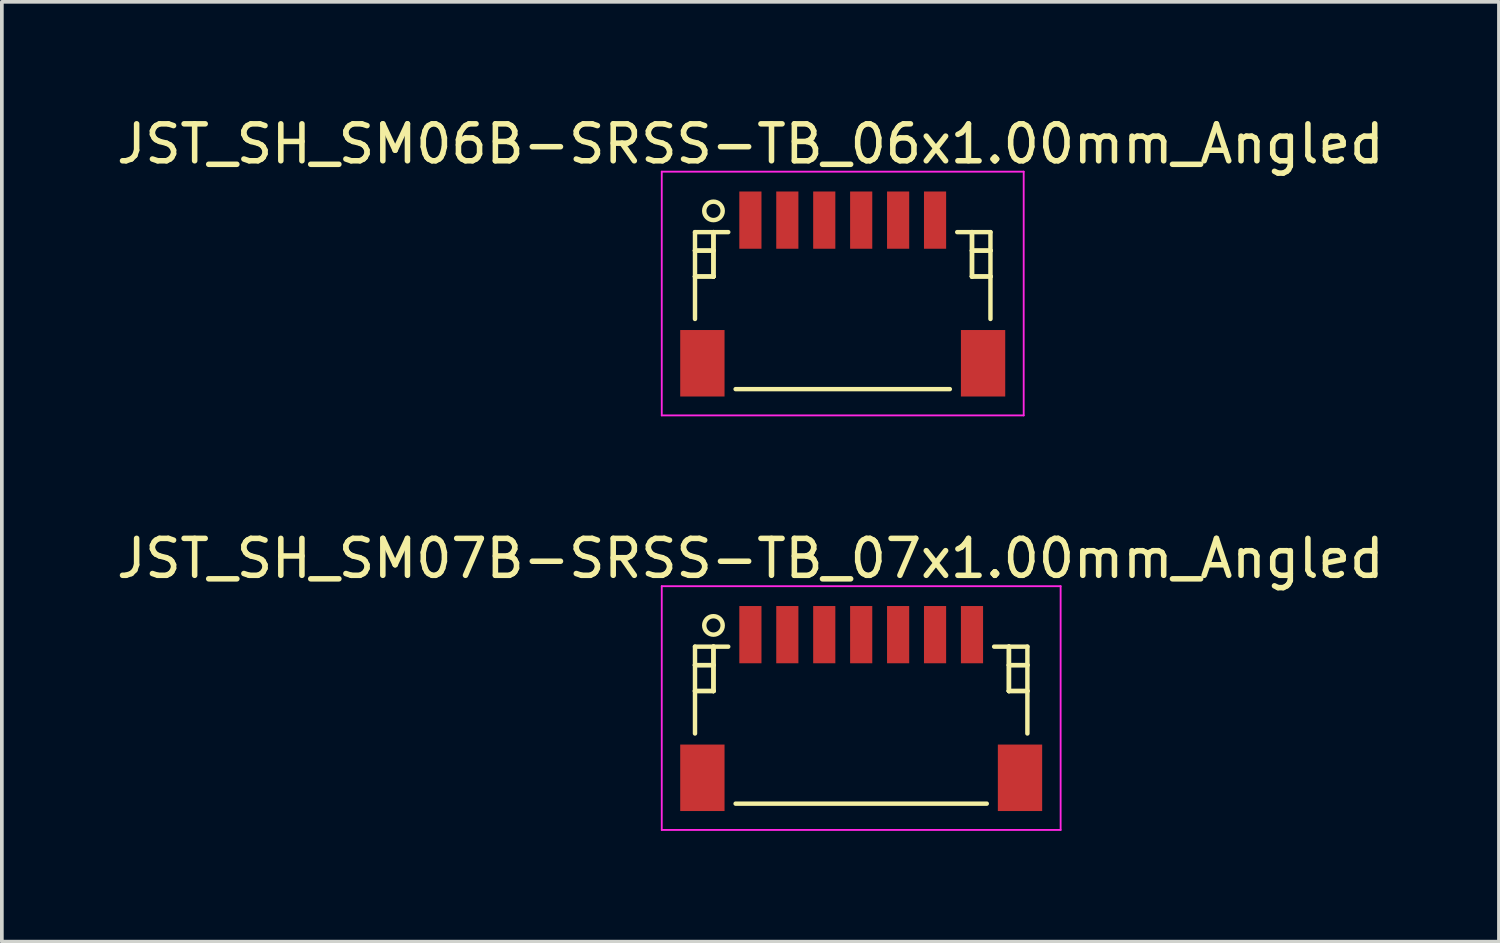
<source format=kicad_pcb>
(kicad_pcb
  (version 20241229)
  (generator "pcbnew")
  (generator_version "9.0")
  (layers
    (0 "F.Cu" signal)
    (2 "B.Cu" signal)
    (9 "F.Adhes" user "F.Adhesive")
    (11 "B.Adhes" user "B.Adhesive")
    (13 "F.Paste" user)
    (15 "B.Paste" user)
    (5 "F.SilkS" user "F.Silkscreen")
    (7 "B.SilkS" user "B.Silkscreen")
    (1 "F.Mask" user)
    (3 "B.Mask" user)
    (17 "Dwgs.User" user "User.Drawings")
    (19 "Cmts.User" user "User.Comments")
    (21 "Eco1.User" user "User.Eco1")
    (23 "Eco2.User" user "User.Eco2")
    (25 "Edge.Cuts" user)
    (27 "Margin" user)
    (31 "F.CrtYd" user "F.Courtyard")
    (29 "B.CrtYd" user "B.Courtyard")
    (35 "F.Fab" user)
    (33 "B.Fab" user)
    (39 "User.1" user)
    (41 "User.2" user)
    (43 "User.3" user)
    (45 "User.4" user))
  (footprint "JST_SH_SM07B-SRSS-TB_07x1.00mm_Angled"
    (layer "F.Cu")
    (at 20.268 16.072)
    (property "Reference" "JST_SH_SM07B-SRSS-TB_07x1.00mm_Angled" (at -3 -4 0) (layer "F.SilkS") (effects (font (size 1 1) (thickness 0.15))))
    (attr smd)
    (fp_line (start -4.5 -1.613) (end -3.6 -1.613) (stroke (width 0.12) (type solid)) (layer "F.SilkS"))
    (fp_line (start -4.5 -1.113) (end -4.5 -1.113) (stroke (width 0.12) (type solid)) (layer "F.SilkS"))
    (fp_line (start -4.5 -1.113) (end -4 -1.113) (stroke (width 0.12) (type solid)) (layer "F.SilkS"))
    (fp_line (start -4.5 -0.412) (end -4.5 -0.412) (stroke (width 0.12) (type solid)) (layer "F.SilkS"))
    (fp_line (start -4.5 -0.412) (end -4 -0.412) (stroke (width 0.12) (type solid)) (layer "F.SilkS"))
    (fp_line (start -4.5 0.738) (end -4.5 -1.613) (stroke (width 0.12) (type solid)) (layer "F.SilkS"))
    (fp_line (start -4 -1.613) (end -4 -1.613) (stroke (width 0.12) (type solid)) (layer "F.SilkS"))
    (fp_line (start -4 -1.613) (end -4 -0.412) (stroke (width 0.12) (type solid)) (layer "F.SilkS"))
    (fp_line (start -4 -1.113) (end -4.5 -1.113) (stroke (width 0.12) (type solid)) (layer "F.SilkS"))
    (fp_line (start -4 -1.113) (end -4 -1.113) (stroke (width 0.12) (type solid)) (layer "F.SilkS"))
    (fp_line (start -4 -0.412) (end -4.5 -0.412) (stroke (width 0.12) (type solid)) (layer "F.SilkS"))
    (fp_line (start -4 -0.412) (end -4 -1.613) (stroke (width 0.12) (type solid)) (layer "F.SilkS"))
    (fp_line (start -4 -0.412) (end -4 -0.412) (stroke (width 0.12) (type solid)) (layer "F.SilkS"))
    (fp_line (start -4 -0.412) (end -4 -0.412) (stroke (width 0.12) (type solid)) (layer "F.SilkS"))
    (fp_line (start -3.4 2.638) (end 3.4 2.638) (stroke (width 0.12) (type solid)) (layer "F.SilkS"))
    (fp_line (start 4 -1.613) (end 4 -1.613) (stroke (width 0.12) (type solid)) (layer "F.SilkS"))
    (fp_line (start 4 -1.613) (end 4 -0.412) (stroke (width 0.12) (type solid)) (layer "F.SilkS"))
    (fp_line (start 4 -1.113) (end 4 -1.113) (stroke (width 0.12) (type solid)) (layer "F.SilkS"))
    (fp_line (start 4 -1.113) (end 4.5 -1.113) (stroke (width 0.12) (type solid)) (layer "F.SilkS"))
    (fp_line (start 4 -0.412) (end 4 -1.613) (stroke (width 0.12) (type solid)) (layer "F.SilkS"))
    (fp_line (start 4 -0.412) (end 4 -0.412) (stroke (width 0.12) (type solid)) (layer "F.SilkS"))
    (fp_line (start 4 -0.412) (end 4 -0.412) (stroke (width 0.12) (type solid)) (layer "F.SilkS"))
    (fp_line (start 4 -0.412) (end 4.5 -0.412) (stroke (width 0.12) (type solid)) (layer "F.SilkS"))
    (fp_line (start 4.5 -1.613) (end 3.6 -1.613) (stroke (width 0.12) (type solid)) (layer "F.SilkS"))
    (fp_line (start 4.5 -1.113) (end 4 -1.113) (stroke (width 0.12) (type solid)) (layer "F.SilkS"))
    (fp_line (start 4.5 -1.113) (end 4.5 -1.113) (stroke (width 0.12) (type solid)) (layer "F.SilkS"))
    (fp_line (start 4.5 -0.412) (end 4 -0.412) (stroke (width 0.12) (type solid)) (layer "F.SilkS"))
    (fp_line (start 4.5 -0.412) (end 4.5 -0.412) (stroke (width 0.12) (type solid)) (layer "F.SilkS"))
    (fp_line (start 4.5 0.738) (end 4.5 -1.613) (stroke (width 0.12) (type solid)) (layer "F.SilkS"))
    (fp_circle (center -4 -2.188) (end -3.75 -2.188) (stroke (width 0.12) (type solid)) (fill no) (layer "F.SilkS"))
    (fp_line (start -5.4 -3.25) (end 5.4 -3.25) (stroke (width 0.05) (type solid)) (layer "F.CrtYd"))
    (fp_line (start -5.4 3.35) (end -5.4 -3.25) (stroke (width 0.05) (type solid)) (layer "F.CrtYd"))
    (fp_line (start 5.4 -3.25) (end 5.4 3.35) (stroke (width 0.05) (type solid)) (layer "F.CrtYd"))
    (fp_line (start 5.4 3.35) (end -5.4 3.35) (stroke (width 0.05) (type solid)) (layer "F.CrtYd"))
    (pad "" smd rect (at -4.3 1.938) (size 1.2 1.8) (layers "F.Cu" "F.Mask" "F.Paste"))
    (pad "" smd rect (at 4.3 1.938) (size 1.2 1.8) (layers "F.Cu" "F.Mask" "F.Paste"))
    (pad "1" smd rect (at -3 -1.938) (size 0.6 1.55) (layers "F.Cu" "F.Mask" "F.Paste"))
    (pad "2" smd rect (at -2 -1.938) (size 0.6 1.55) (layers "F.Cu" "F.Mask" "F.Paste"))
    (pad "3" smd rect (at -1 -1.938) (size 0.6 1.55) (layers "F.Cu" "F.Mask" "F.Paste"))
    (pad "4" smd rect (at 0 -1.938) (size 0.6 1.55) (layers "F.Cu" "F.Mask" "F.Paste"))
    (pad "5" smd rect (at 1 -1.938) (size 0.6 1.55) (layers "F.Cu" "F.Mask" "F.Paste"))
    (pad "6" smd rect (at 2 -1.938) (size 0.6 1.55) (layers "F.Cu" "F.Mask" "F.Paste"))
    (pad "7" smd rect (at 3 -1.938) (size 0.6 1.55) (layers "F.Cu" "F.Mask" "F.Paste")))
  (footprint "JST_SH_SM06B-SRSS-TB_06x1.00mm_Angled"
    (layer "F.Cu")
    (at 19.768 4.848)
    (property "Reference" "JST_SH_SM06B-SRSS-TB_06x1.00mm_Angled" (at -2.5 -4 0) (layer "F.SilkS") (effects (font (size 1 1) (thickness 0.15))))
    (attr smd)
    (fp_line (start -4 -1.613) (end -3.1 -1.613) (stroke (width 0.12) (type solid)) (layer "F.SilkS"))
    (fp_line (start -4 -1.113) (end -4 -1.113) (stroke (width 0.12) (type solid)) (layer "F.SilkS"))
    (fp_line (start -4 -1.113) (end -3.5 -1.113) (stroke (width 0.12) (type solid)) (layer "F.SilkS"))
    (fp_line (start -4 -0.412) (end -4 -0.412) (stroke (width 0.12) (type solid)) (layer "F.SilkS"))
    (fp_line (start -4 -0.412) (end -3.5 -0.412) (stroke (width 0.12) (type solid)) (layer "F.SilkS"))
    (fp_line (start -4 0.738) (end -4 -1.613) (stroke (width 0.12) (type solid)) (layer "F.SilkS"))
    (fp_line (start -3.5 -1.613) (end -3.5 -1.613) (stroke (width 0.12) (type solid)) (layer "F.SilkS"))
    (fp_line (start -3.5 -1.613) (end -3.5 -0.412) (stroke (width 0.12) (type solid)) (layer "F.SilkS"))
    (fp_line (start -3.5 -1.113) (end -4 -1.113) (stroke (width 0.12) (type solid)) (layer "F.SilkS"))
    (fp_line (start -3.5 -1.113) (end -3.5 -1.113) (stroke (width 0.12) (type solid)) (layer "F.SilkS"))
    (fp_line (start -3.5 -0.412) (end -4 -0.412) (stroke (width 0.12) (type solid)) (layer "F.SilkS"))
    (fp_line (start -3.5 -0.412) (end -3.5 -1.613) (stroke (width 0.12) (type solid)) (layer "F.SilkS"))
    (fp_line (start -3.5 -0.412) (end -3.5 -0.412) (stroke (width 0.12) (type solid)) (layer "F.SilkS"))
    (fp_line (start -3.5 -0.412) (end -3.5 -0.412) (stroke (width 0.12) (type solid)) (layer "F.SilkS"))
    (fp_line (start -2.9 2.638) (end 2.9 2.638) (stroke (width 0.12) (type solid)) (layer "F.SilkS"))
    (fp_line (start 3.5 -1.613) (end 3.5 -1.613) (stroke (width 0.12) (type solid)) (layer "F.SilkS"))
    (fp_line (start 3.5 -1.613) (end 3.5 -0.412) (stroke (width 0.12) (type solid)) (layer "F.SilkS"))
    (fp_line (start 3.5 -1.113) (end 3.5 -1.113) (stroke (width 0.12) (type solid)) (layer "F.SilkS"))
    (fp_line (start 3.5 -1.113) (end 4 -1.113) (stroke (width 0.12) (type solid)) (layer "F.SilkS"))
    (fp_line (start 3.5 -0.412) (end 3.5 -1.613) (stroke (width 0.12) (type solid)) (layer "F.SilkS"))
    (fp_line (start 3.5 -0.412) (end 3.5 -0.412) (stroke (width 0.12) (type solid)) (layer "F.SilkS"))
    (fp_line (start 3.5 -0.412) (end 3.5 -0.412) (stroke (width 0.12) (type solid)) (layer "F.SilkS"))
    (fp_line (start 3.5 -0.412) (end 4 -0.412) (stroke (width 0.12) (type solid)) (layer "F.SilkS"))
    (fp_line (start 4 -1.613) (end 3.1 -1.613) (stroke (width 0.12) (type solid)) (layer "F.SilkS"))
    (fp_line (start 4 -1.113) (end 3.5 -1.113) (stroke (width 0.12) (type solid)) (layer "F.SilkS"))
    (fp_line (start 4 -1.113) (end 4 -1.113) (stroke (width 0.12) (type solid)) (layer "F.SilkS"))
    (fp_line (start 4 -0.412) (end 3.5 -0.412) (stroke (width 0.12) (type solid)) (layer "F.SilkS"))
    (fp_line (start 4 -0.412) (end 4 -0.412) (stroke (width 0.12) (type solid)) (layer "F.SilkS"))
    (fp_line (start 4 0.738) (end 4 -1.613) (stroke (width 0.12) (type solid)) (layer "F.SilkS"))
    (fp_circle (center -3.5 -2.188) (end -3.25 -2.188) (stroke (width 0.12) (type solid)) (fill no) (layer "F.SilkS"))
    (fp_line (start -4.9 -3.25) (end 4.9 -3.25) (stroke (width 0.05) (type solid)) (layer "F.CrtYd"))
    (fp_line (start -4.9 3.35) (end -4.9 -3.25) (stroke (width 0.05) (type solid)) (layer "F.CrtYd"))
    (fp_line (start 4.9 -3.25) (end 4.9 3.35) (stroke (width 0.05) (type solid)) (layer "F.CrtYd"))
    (fp_line (start 4.9 3.35) (end -4.9 3.35) (stroke (width 0.05) (type solid)) (layer "F.CrtYd"))
    (pad "" smd rect (at -3.8 1.938) (size 1.2 1.8) (layers "F.Cu" "F.Mask" "F.Paste"))
    (pad "" smd rect (at 3.8 1.938) (size 1.2 1.8) (layers "F.Cu" "F.Mask" "F.Paste"))
    (pad "1" smd rect (at -2.5 -1.938) (size 0.6 1.55) (layers "F.Cu" "F.Mask" "F.Paste"))
    (pad "2" smd rect (at -1.5 -1.938) (size 0.6 1.55) (layers "F.Cu" "F.Mask" "F.Paste"))
    (pad "3" smd rect (at -0.5 -1.938) (size 0.6 1.55) (layers "F.Cu" "F.Mask" "F.Paste"))
    (pad "4" smd rect (at 0.5 -1.938) (size 0.6 1.55) (layers "F.Cu" "F.Mask" "F.Paste"))
    (pad "5" smd rect (at 1.5 -1.938) (size 0.6 1.55) (layers "F.Cu" "F.Mask" "F.Paste"))
    (pad "6" smd rect (at 2.5 -1.938) (size 0.6 1.55) (layers "F.Cu" "F.Mask" "F.Paste")))
  (gr_rect
    (start -3 -3)
    (end 37.536 22.447)
    (stroke (width 0.1) (type default))
    (fill no)
    (layer "Edge.Cuts")))
</source>
